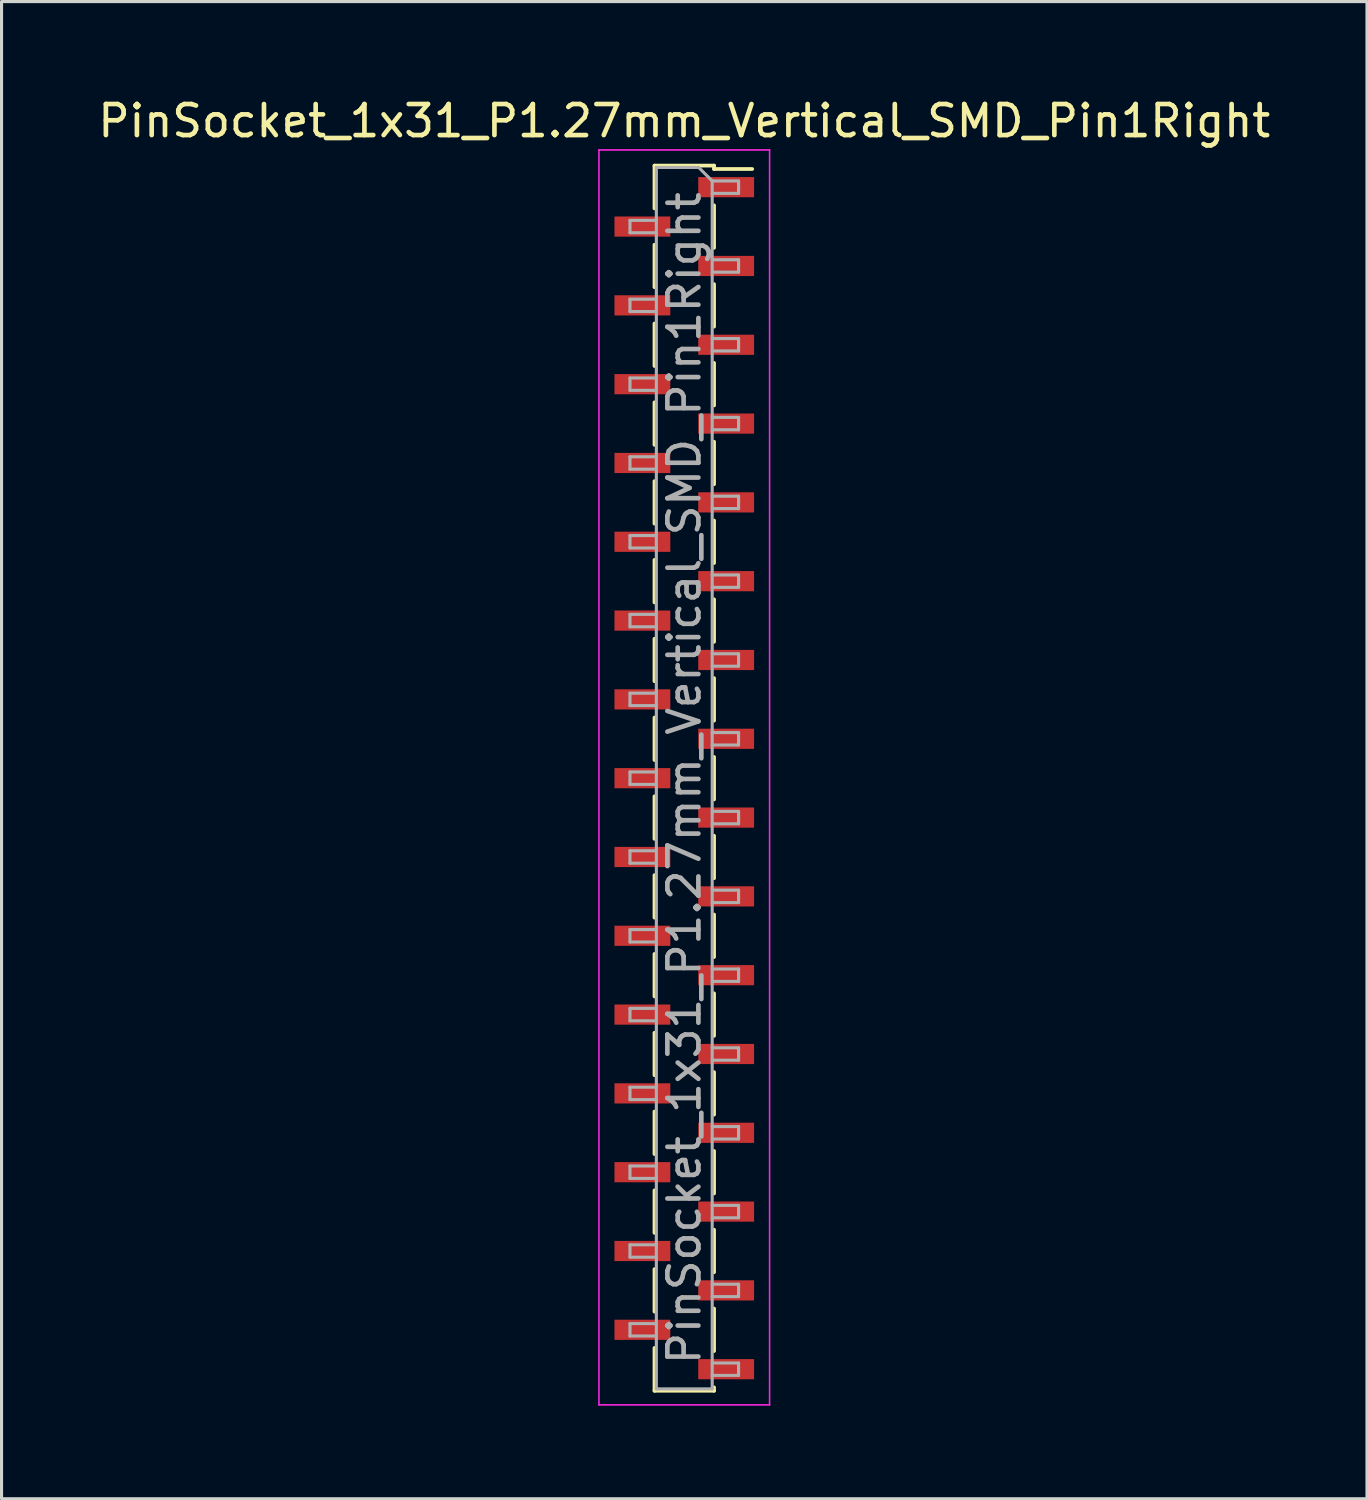
<source format=kicad_pcb>
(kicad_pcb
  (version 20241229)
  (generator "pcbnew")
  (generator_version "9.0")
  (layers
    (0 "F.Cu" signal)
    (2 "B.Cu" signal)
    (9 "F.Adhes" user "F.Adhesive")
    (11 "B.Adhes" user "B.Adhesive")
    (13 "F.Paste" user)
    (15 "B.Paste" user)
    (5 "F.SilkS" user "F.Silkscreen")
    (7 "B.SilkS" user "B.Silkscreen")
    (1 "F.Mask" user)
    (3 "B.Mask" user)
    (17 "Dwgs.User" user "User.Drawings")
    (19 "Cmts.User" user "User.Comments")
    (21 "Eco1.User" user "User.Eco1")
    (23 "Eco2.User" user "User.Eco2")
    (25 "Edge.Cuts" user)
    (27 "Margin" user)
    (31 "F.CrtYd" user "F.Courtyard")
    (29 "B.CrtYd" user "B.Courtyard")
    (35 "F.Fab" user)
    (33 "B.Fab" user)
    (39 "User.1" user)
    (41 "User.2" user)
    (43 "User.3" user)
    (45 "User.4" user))
  (footprint "PinSocket_1x31_P1.27mm_Vertical_SMD_Pin1Right"
    (layer "F.Cu")
    (at 19.006 22.033)
    (property "Reference" "PinSocket_1x31_P1.27mm_Vertical_SMD_Pin1Right" (at 0 -21.185 0) (layer "F.SilkS") (effects (font (size 1 1) (thickness 0.15))))
    (attr smd)
    (fp_line (start -0.96 -19.745) (end -0.96 -18.365) (stroke (width 0.12) (type solid)) (layer "F.SilkS"))
    (fp_line (start -0.96 -19.745) (end 0.96 -19.745) (stroke (width 0.12) (type solid)) (layer "F.SilkS"))
    (fp_line (start -0.96 -17.195) (end -0.96 -15.825) (stroke (width 0.12) (type solid)) (layer "F.SilkS"))
    (fp_line (start -0.96 -14.655) (end -0.96 -13.285) (stroke (width 0.12) (type solid)) (layer "F.SilkS"))
    (fp_line (start -0.96 -12.115) (end -0.96 -10.745) (stroke (width 0.12) (type solid)) (layer "F.SilkS"))
    (fp_line (start -0.96 -9.575) (end -0.96 -8.205) (stroke (width 0.12) (type solid)) (layer "F.SilkS"))
    (fp_line (start -0.96 -7.035) (end -0.96 -5.665) (stroke (width 0.12) (type solid)) (layer "F.SilkS"))
    (fp_line (start -0.96 -4.495) (end -0.96 -3.125) (stroke (width 0.12) (type solid)) (layer "F.SilkS"))
    (fp_line (start -0.96 -1.955) (end -0.96 -0.585) (stroke (width 0.12) (type solid)) (layer "F.SilkS"))
    (fp_line (start -0.96 0.585) (end -0.96 1.955) (stroke (width 0.12) (type solid)) (layer "F.SilkS"))
    (fp_line (start -0.96 3.125) (end -0.96 4.495) (stroke (width 0.12) (type solid)) (layer "F.SilkS"))
    (fp_line (start -0.96 5.665) (end -0.96 7.035) (stroke (width 0.12) (type solid)) (layer "F.SilkS"))
    (fp_line (start -0.96 8.205) (end -0.96 9.575) (stroke (width 0.12) (type solid)) (layer "F.SilkS"))
    (fp_line (start -0.96 10.745) (end -0.96 12.115) (stroke (width 0.12) (type solid)) (layer "F.SilkS"))
    (fp_line (start -0.96 13.285) (end -0.96 14.655) (stroke (width 0.12) (type solid)) (layer "F.SilkS"))
    (fp_line (start -0.96 15.825) (end -0.96 17.195) (stroke (width 0.12) (type solid)) (layer "F.SilkS"))
    (fp_line (start -0.96 18.365) (end -0.96 19.745) (stroke (width 0.12) (type solid)) (layer "F.SilkS"))
    (fp_line (start -0.96 19.745) (end 0.96 19.745) (stroke (width 0.12) (type solid)) (layer "F.SilkS"))
    (fp_line (start 0.96 -19.745) (end 0.96 -19.635) (stroke (width 0.12) (type solid)) (layer "F.SilkS"))
    (fp_line (start 0.96 -19.635) (end 2.19 -19.635) (stroke (width 0.12) (type solid)) (layer "F.SilkS"))
    (fp_line (start 0.96 -18.465) (end 0.96 -17.095) (stroke (width 0.12) (type solid)) (layer "F.SilkS"))
    (fp_line (start 0.96 -15.925) (end 0.96 -14.555) (stroke (width 0.12) (type solid)) (layer "F.SilkS"))
    (fp_line (start 0.96 -13.385) (end 0.96 -12.015) (stroke (width 0.12) (type solid)) (layer "F.SilkS"))
    (fp_line (start 0.96 -10.845) (end 0.96 -9.475) (stroke (width 0.12) (type solid)) (layer "F.SilkS"))
    (fp_line (start 0.96 -8.305) (end 0.96 -6.935) (stroke (width 0.12) (type solid)) (layer "F.SilkS"))
    (fp_line (start 0.96 -5.765) (end 0.96 -4.395) (stroke (width 0.12) (type solid)) (layer "F.SilkS"))
    (fp_line (start 0.96 -3.225) (end 0.96 -1.855) (stroke (width 0.12) (type solid)) (layer "F.SilkS"))
    (fp_line (start 0.96 -0.685) (end 0.96 0.685) (stroke (width 0.12) (type solid)) (layer "F.SilkS"))
    (fp_line (start 0.96 1.855) (end 0.96 3.225) (stroke (width 0.12) (type solid)) (layer "F.SilkS"))
    (fp_line (start 0.96 4.395) (end 0.96 5.765) (stroke (width 0.12) (type solid)) (layer "F.SilkS"))
    (fp_line (start 0.96 6.935) (end 0.96 8.305) (stroke (width 0.12) (type solid)) (layer "F.SilkS"))
    (fp_line (start 0.96 9.475) (end 0.96 10.845) (stroke (width 0.12) (type solid)) (layer "F.SilkS"))
    (fp_line (start 0.96 12.015) (end 0.96 13.385) (stroke (width 0.12) (type solid)) (layer "F.SilkS"))
    (fp_line (start 0.96 14.555) (end 0.96 15.925) (stroke (width 0.12) (type solid)) (layer "F.SilkS"))
    (fp_line (start 0.96 17.095) (end 0.96 18.465) (stroke (width 0.12) (type solid)) (layer "F.SilkS"))
    (fp_line (start 0.96 19.635) (end 0.96 19.745) (stroke (width 0.12) (type solid)) (layer "F.SilkS"))
    (fp_line (start -2.75 -20.25) (end 2.75 -20.25) (stroke (width 0.05) (type solid)) (layer "F.CrtYd"))
    (fp_line (start -2.75 20.2) (end -2.75 -20.25) (stroke (width 0.05) (type solid)) (layer "F.CrtYd"))
    (fp_line (start 2.75 -20.25) (end 2.75 20.2) (stroke (width 0.05) (type solid)) (layer "F.CrtYd"))
    (fp_line (start 2.75 20.2) (end -2.75 20.2) (stroke (width 0.05) (type solid)) (layer "F.CrtYd"))
    (fp_line (start -1.75 -17.98) (end -0.9 -17.98) (stroke (width 0.1) (type solid)) (layer "F.Fab"))
    (fp_line (start -1.75 -17.58) (end -1.75 -17.98) (stroke (width 0.1) (type solid)) (layer "F.Fab"))
    (fp_line (start -1.75 -15.44) (end -0.9 -15.44) (stroke (width 0.1) (type solid)) (layer "F.Fab"))
    (fp_line (start -1.75 -15.04) (end -1.75 -15.44) (stroke (width 0.1) (type solid)) (layer "F.Fab"))
    (fp_line (start -1.75 -12.9) (end -0.9 -12.9) (stroke (width 0.1) (type solid)) (layer "F.Fab"))
    (fp_line (start -1.75 -12.5) (end -1.75 -12.9) (stroke (width 0.1) (type solid)) (layer "F.Fab"))
    (fp_line (start -1.75 -10.36) (end -0.9 -10.36) (stroke (width 0.1) (type solid)) (layer "F.Fab"))
    (fp_line (start -1.75 -9.96) (end -1.75 -10.36) (stroke (width 0.1) (type solid)) (layer "F.Fab"))
    (fp_line (start -1.75 -7.82) (end -0.9 -7.82) (stroke (width 0.1) (type solid)) (layer "F.Fab"))
    (fp_line (start -1.75 -7.42) (end -1.75 -7.82) (stroke (width 0.1) (type solid)) (layer "F.Fab"))
    (fp_line (start -1.75 -5.28) (end -0.9 -5.28) (stroke (width 0.1) (type solid)) (layer "F.Fab"))
    (fp_line (start -1.75 -4.88) (end -1.75 -5.28) (stroke (width 0.1) (type solid)) (layer "F.Fab"))
    (fp_line (start -1.75 -2.74) (end -0.9 -2.74) (stroke (width 0.1) (type solid)) (layer "F.Fab"))
    (fp_line (start -1.75 -2.34) (end -1.75 -2.74) (stroke (width 0.1) (type solid)) (layer "F.Fab"))
    (fp_line (start -1.75 -0.2) (end -0.9 -0.2) (stroke (width 0.1) (type solid)) (layer "F.Fab"))
    (fp_line (start -1.75 0.2) (end -1.75 -0.2) (stroke (width 0.1) (type solid)) (layer "F.Fab"))
    (fp_line (start -1.75 2.34) (end -0.9 2.34) (stroke (width 0.1) (type solid)) (layer "F.Fab"))
    (fp_line (start -1.75 2.74) (end -1.75 2.34) (stroke (width 0.1) (type solid)) (layer "F.Fab"))
    (fp_line (start -1.75 4.88) (end -0.9 4.88) (stroke (width 0.1) (type solid)) (layer "F.Fab"))
    (fp_line (start -1.75 5.28) (end -1.75 4.88) (stroke (width 0.1) (type solid)) (layer "F.Fab"))
    (fp_line (start -1.75 7.42) (end -0.9 7.42) (stroke (width 0.1) (type solid)) (layer "F.Fab"))
    (fp_line (start -1.75 7.82) (end -1.75 7.42) (stroke (width 0.1) (type solid)) (layer "F.Fab"))
    (fp_line (start -1.75 9.96) (end -0.9 9.96) (stroke (width 0.1) (type solid)) (layer "F.Fab"))
    (fp_line (start -1.75 10.36) (end -1.75 9.96) (stroke (width 0.1) (type solid)) (layer "F.Fab"))
    (fp_line (start -1.75 12.5) (end -0.9 12.5) (stroke (width 0.1) (type solid)) (layer "F.Fab"))
    (fp_line (start -1.75 12.9) (end -1.75 12.5) (stroke (width 0.1) (type solid)) (layer "F.Fab"))
    (fp_line (start -1.75 15.04) (end -0.9 15.04) (stroke (width 0.1) (type solid)) (layer "F.Fab"))
    (fp_line (start -1.75 15.44) (end -1.75 15.04) (stroke (width 0.1) (type solid)) (layer "F.Fab"))
    (fp_line (start -1.75 17.58) (end -0.9 17.58) (stroke (width 0.1) (type solid)) (layer "F.Fab"))
    (fp_line (start -1.75 17.98) (end -1.75 17.58) (stroke (width 0.1) (type solid)) (layer "F.Fab"))
    (fp_line (start -0.9 -19.685) (end 0.465 -19.685) (stroke (width 0.1) (type solid)) (layer "F.Fab"))
    (fp_line (start -0.9 -17.58) (end -1.75 -17.58) (stroke (width 0.1) (type solid)) (layer "F.Fab"))
    (fp_line (start -0.9 -15.04) (end -1.75 -15.04) (stroke (width 0.1) (type solid)) (layer "F.Fab"))
    (fp_line (start -0.9 -12.5) (end -1.75 -12.5) (stroke (width 0.1) (type solid)) (layer "F.Fab"))
    (fp_line (start -0.9 -9.96) (end -1.75 -9.96) (stroke (width 0.1) (type solid)) (layer "F.Fab"))
    (fp_line (start -0.9 -7.42) (end -1.75 -7.42) (stroke (width 0.1) (type solid)) (layer "F.Fab"))
    (fp_line (start -0.9 -4.88) (end -1.75 -4.88) (stroke (width 0.1) (type solid)) (layer "F.Fab"))
    (fp_line (start -0.9 -2.34) (end -1.75 -2.34) (stroke (width 0.1) (type solid)) (layer "F.Fab"))
    (fp_line (start -0.9 0.2) (end -1.75 0.2) (stroke (width 0.1) (type solid)) (layer "F.Fab"))
    (fp_line (start -0.9 2.74) (end -1.75 2.74) (stroke (width 0.1) (type solid)) (layer "F.Fab"))
    (fp_line (start -0.9 5.28) (end -1.75 5.28) (stroke (width 0.1) (type solid)) (layer "F.Fab"))
    (fp_line (start -0.9 7.82) (end -1.75 7.82) (stroke (width 0.1) (type solid)) (layer "F.Fab"))
    (fp_line (start -0.9 10.36) (end -1.75 10.36) (stroke (width 0.1) (type solid)) (layer "F.Fab"))
    (fp_line (start -0.9 12.9) (end -1.75 12.9) (stroke (width 0.1) (type solid)) (layer "F.Fab"))
    (fp_line (start -0.9 15.44) (end -1.75 15.44) (stroke (width 0.1) (type solid)) (layer "F.Fab"))
    (fp_line (start -0.9 17.98) (end -1.75 17.98) (stroke (width 0.1) (type solid)) (layer "F.Fab"))
    (fp_line (start -0.9 19.685) (end -0.9 -19.685) (stroke (width 0.1) (type solid)) (layer "F.Fab"))
    (fp_line (start 0.465 -19.685) (end 0.9 -19.25) (stroke (width 0.1) (type solid)) (layer "F.Fab"))
    (fp_line (start 0.9 -19.25) (end 0.9 19.685) (stroke (width 0.1) (type solid)) (layer "F.Fab"))
    (fp_line (start 0.9 -19.25) (end 1.75 -19.25) (stroke (width 0.1) (type solid)) (layer "F.Fab"))
    (fp_line (start 0.9 -16.71) (end 1.75 -16.71) (stroke (width 0.1) (type solid)) (layer "F.Fab"))
    (fp_line (start 0.9 -14.17) (end 1.75 -14.17) (stroke (width 0.1) (type solid)) (layer "F.Fab"))
    (fp_line (start 0.9 -11.63) (end 1.75 -11.63) (stroke (width 0.1) (type solid)) (layer "F.Fab"))
    (fp_line (start 0.9 -9.09) (end 1.75 -9.09) (stroke (width 0.1) (type solid)) (layer "F.Fab"))
    (fp_line (start 0.9 -6.55) (end 1.75 -6.55) (stroke (width 0.1) (type solid)) (layer "F.Fab"))
    (fp_line (start 0.9 -4.01) (end 1.75 -4.01) (stroke (width 0.1) (type solid)) (layer "F.Fab"))
    (fp_line (start 0.9 -1.47) (end 1.75 -1.47) (stroke (width 0.1) (type solid)) (layer "F.Fab"))
    (fp_line (start 0.9 1.07) (end 1.75 1.07) (stroke (width 0.1) (type solid)) (layer "F.Fab"))
    (fp_line (start 0.9 3.61) (end 1.75 3.61) (stroke (width 0.1) (type solid)) (layer "F.Fab"))
    (fp_line (start 0.9 6.15) (end 1.75 6.15) (stroke (width 0.1) (type solid)) (layer "F.Fab"))
    (fp_line (start 0.9 8.69) (end 1.75 8.69) (stroke (width 0.1) (type solid)) (layer "F.Fab"))
    (fp_line (start 0.9 11.23) (end 1.75 11.23) (stroke (width 0.1) (type solid)) (layer "F.Fab"))
    (fp_line (start 0.9 13.77) (end 1.75 13.77) (stroke (width 0.1) (type solid)) (layer "F.Fab"))
    (fp_line (start 0.9 16.31) (end 1.75 16.31) (stroke (width 0.1) (type solid)) (layer "F.Fab"))
    (fp_line (start 0.9 18.85) (end 1.75 18.85) (stroke (width 0.1) (type solid)) (layer "F.Fab"))
    (fp_line (start 0.9 19.685) (end -0.9 19.685) (stroke (width 0.1) (type solid)) (layer "F.Fab"))
    (fp_line (start 1.75 -19.25) (end 1.75 -18.85) (stroke (width 0.1) (type solid)) (layer "F.Fab"))
    (fp_line (start 1.75 -18.85) (end 0.9 -18.85) (stroke (width 0.1) (type solid)) (layer "F.Fab"))
    (fp_line (start 1.75 -16.71) (end 1.75 -16.31) (stroke (width 0.1) (type solid)) (layer "F.Fab"))
    (fp_line (start 1.75 -16.31) (end 0.9 -16.31) (stroke (width 0.1) (type solid)) (layer "F.Fab"))
    (fp_line (start 1.75 -14.17) (end 1.75 -13.77) (stroke (width 0.1) (type solid)) (layer "F.Fab"))
    (fp_line (start 1.75 -13.77) (end 0.9 -13.77) (stroke (width 0.1) (type solid)) (layer "F.Fab"))
    (fp_line (start 1.75 -11.63) (end 1.75 -11.23) (stroke (width 0.1) (type solid)) (layer "F.Fab"))
    (fp_line (start 1.75 -11.23) (end 0.9 -11.23) (stroke (width 0.1) (type solid)) (layer "F.Fab"))
    (fp_line (start 1.75 -9.09) (end 1.75 -8.69) (stroke (width 0.1) (type solid)) (layer "F.Fab"))
    (fp_line (start 1.75 -8.69) (end 0.9 -8.69) (stroke (width 0.1) (type solid)) (layer "F.Fab"))
    (fp_line (start 1.75 -6.55) (end 1.75 -6.15) (stroke (width 0.1) (type solid)) (layer "F.Fab"))
    (fp_line (start 1.75 -6.15) (end 0.9 -6.15) (stroke (width 0.1) (type solid)) (layer "F.Fab"))
    (fp_line (start 1.75 -4.01) (end 1.75 -3.61) (stroke (width 0.1) (type solid)) (layer "F.Fab"))
    (fp_line (start 1.75 -3.61) (end 0.9 -3.61) (stroke (width 0.1) (type solid)) (layer "F.Fab"))
    (fp_line (start 1.75 -1.47) (end 1.75 -1.07) (stroke (width 0.1) (type solid)) (layer "F.Fab"))
    (fp_line (start 1.75 -1.07) (end 0.9 -1.07) (stroke (width 0.1) (type solid)) (layer "F.Fab"))
    (fp_line (start 1.75 1.07) (end 1.75 1.47) (stroke (width 0.1) (type solid)) (layer "F.Fab"))
    (fp_line (start 1.75 1.47) (end 0.9 1.47) (stroke (width 0.1) (type solid)) (layer "F.Fab"))
    (fp_line (start 1.75 3.61) (end 1.75 4.01) (stroke (width 0.1) (type solid)) (layer "F.Fab"))
    (fp_line (start 1.75 4.01) (end 0.9 4.01) (stroke (width 0.1) (type solid)) (layer "F.Fab"))
    (fp_line (start 1.75 6.15) (end 1.75 6.55) (stroke (width 0.1) (type solid)) (layer "F.Fab"))
    (fp_line (start 1.75 6.55) (end 0.9 6.55) (stroke (width 0.1) (type solid)) (layer "F.Fab"))
    (fp_line (start 1.75 8.69) (end 1.75 9.09) (stroke (width 0.1) (type solid)) (layer "F.Fab"))
    (fp_line (start 1.75 9.09) (end 0.9 9.09) (stroke (width 0.1) (type solid)) (layer "F.Fab"))
    (fp_line (start 1.75 11.23) (end 1.75 11.63) (stroke (width 0.1) (type solid)) (layer "F.Fab"))
    (fp_line (start 1.75 11.63) (end 0.9 11.63) (stroke (width 0.1) (type solid)) (layer "F.Fab"))
    (fp_line (start 1.75 13.77) (end 1.75 14.17) (stroke (width 0.1) (type solid)) (layer "F.Fab"))
    (fp_line (start 1.75 14.17) (end 0.9 14.17) (stroke (width 0.1) (type solid)) (layer "F.Fab"))
    (fp_line (start 1.75 16.31) (end 1.75 16.71) (stroke (width 0.1) (type solid)) (layer "F.Fab"))
    (fp_line (start 1.75 16.71) (end 0.9 16.71) (stroke (width 0.1) (type solid)) (layer "F.Fab"))
    (fp_line (start 1.75 18.85) (end 1.75 19.25) (stroke (width 0.1) (type solid)) (layer "F.Fab"))
    (fp_line (start 1.75 19.25) (end 0.9 19.25) (stroke (width 0.1) (type solid)) (layer "F.Fab"))
    (fp_text user "${REFERENCE}" (at 0 0 90) (layer "F.Fab") (effects (font (size 1 1) (thickness 0.15))))
    (pad "1" smd rect (at 1.35 -19.05) (size 1.8 0.65) (layers "F.Cu" "F.Mask" "F.Paste"))
    (pad "2" smd rect (at -1.35 -17.78) (size 1.8 0.65) (layers "F.Cu" "F.Mask" "F.Paste"))
    (pad "3" smd rect (at 1.35 -16.51) (size 1.8 0.65) (layers "F.Cu" "F.Mask" "F.Paste"))
    (pad "4" smd rect (at -1.35 -15.24) (size 1.8 0.65) (layers "F.Cu" "F.Mask" "F.Paste"))
    (pad "5" smd rect (at 1.35 -13.97) (size 1.8 0.65) (layers "F.Cu" "F.Mask" "F.Paste"))
    (pad "6" smd rect (at -1.35 -12.7) (size 1.8 0.65) (layers "F.Cu" "F.Mask" "F.Paste"))
    (pad "7" smd rect (at 1.35 -11.43) (size 1.8 0.65) (layers "F.Cu" "F.Mask" "F.Paste"))
    (pad "8" smd rect (at -1.35 -10.16) (size 1.8 0.65) (layers "F.Cu" "F.Mask" "F.Paste"))
    (pad "9" smd rect (at 1.35 -8.89) (size 1.8 0.65) (layers "F.Cu" "F.Mask" "F.Paste"))
    (pad "10" smd rect (at -1.35 -7.62) (size 1.8 0.65) (layers "F.Cu" "F.Mask" "F.Paste"))
    (pad "11" smd rect (at 1.35 -6.35) (size 1.8 0.65) (layers "F.Cu" "F.Mask" "F.Paste"))
    (pad "12" smd rect (at -1.35 -5.08) (size 1.8 0.65) (layers "F.Cu" "F.Mask" "F.Paste"))
    (pad "13" smd rect (at 1.35 -3.81) (size 1.8 0.65) (layers "F.Cu" "F.Mask" "F.Paste"))
    (pad "14" smd rect (at -1.35 -2.54) (size 1.8 0.65) (layers "F.Cu" "F.Mask" "F.Paste"))
    (pad "15" smd rect (at 1.35 -1.27) (size 1.8 0.65) (layers "F.Cu" "F.Mask" "F.Paste"))
    (pad "16" smd rect (at -1.35 0) (size 1.8 0.65) (layers "F.Cu" "F.Mask" "F.Paste"))
    (pad "17" smd rect (at 1.35 1.27) (size 1.8 0.65) (layers "F.Cu" "F.Mask" "F.Paste"))
    (pad "18" smd rect (at -1.35 2.54) (size 1.8 0.65) (layers "F.Cu" "F.Mask" "F.Paste"))
    (pad "19" smd rect (at 1.35 3.81) (size 1.8 0.65) (layers "F.Cu" "F.Mask" "F.Paste"))
    (pad "20" smd rect (at -1.35 5.08) (size 1.8 0.65) (layers "F.Cu" "F.Mask" "F.Paste"))
    (pad "21" smd rect (at 1.35 6.35) (size 1.8 0.65) (layers "F.Cu" "F.Mask" "F.Paste"))
    (pad "22" smd rect (at -1.35 7.62) (size 1.8 0.65) (layers "F.Cu" "F.Mask" "F.Paste"))
    (pad "23" smd rect (at 1.35 8.89) (size 1.8 0.65) (layers "F.Cu" "F.Mask" "F.Paste"))
    (pad "24" smd rect (at -1.35 10.16) (size 1.8 0.65) (layers "F.Cu" "F.Mask" "F.Paste"))
    (pad "25" smd rect (at 1.35 11.43) (size 1.8 0.65) (layers "F.Cu" "F.Mask" "F.Paste"))
    (pad "26" smd rect (at -1.35 12.7) (size 1.8 0.65) (layers "F.Cu" "F.Mask" "F.Paste"))
    (pad "27" smd rect (at 1.35 13.97) (size 1.8 0.65) (layers "F.Cu" "F.Mask" "F.Paste"))
    (pad "28" smd rect (at -1.35 15.24) (size 1.8 0.65) (layers "F.Cu" "F.Mask" "F.Paste"))
    (pad "29" smd rect (at 1.35 16.51) (size 1.8 0.65) (layers "F.Cu" "F.Mask" "F.Paste"))
    (pad "30" smd rect (at -1.35 17.78) (size 1.8 0.65) (layers "F.Cu" "F.Mask" "F.Paste"))
    (pad "31" smd rect (at 1.35 19.05) (size 1.8 0.65) (layers "F.Cu" "F.Mask" "F.Paste")))
  (gr_rect
    (start -3 -3)
    (end 41.012 45.258)
    (stroke (width 0.1) (type default))
    (fill no)
    (layer "Edge.Cuts")))
</source>
